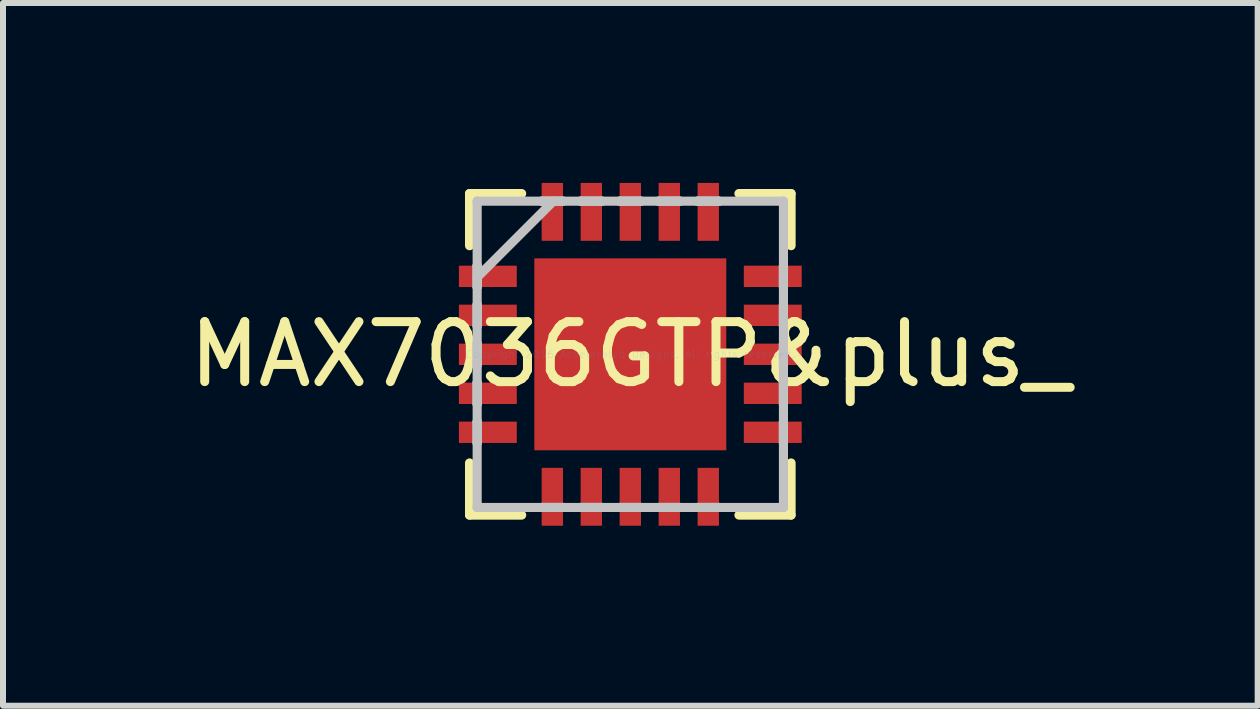
<source format=kicad_pcb>
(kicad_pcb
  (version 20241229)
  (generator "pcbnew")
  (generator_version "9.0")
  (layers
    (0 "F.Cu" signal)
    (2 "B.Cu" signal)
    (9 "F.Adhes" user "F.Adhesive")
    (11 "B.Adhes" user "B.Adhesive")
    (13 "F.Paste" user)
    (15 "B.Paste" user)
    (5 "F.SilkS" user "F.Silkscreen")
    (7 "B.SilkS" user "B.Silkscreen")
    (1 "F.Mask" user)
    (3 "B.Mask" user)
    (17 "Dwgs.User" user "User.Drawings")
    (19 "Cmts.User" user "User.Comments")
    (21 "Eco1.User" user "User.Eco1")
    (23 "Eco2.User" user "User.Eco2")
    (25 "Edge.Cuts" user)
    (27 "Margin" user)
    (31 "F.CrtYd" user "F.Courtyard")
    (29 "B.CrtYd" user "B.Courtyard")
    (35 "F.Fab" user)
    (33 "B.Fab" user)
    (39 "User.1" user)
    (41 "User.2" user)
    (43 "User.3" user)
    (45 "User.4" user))
  (footprint "MAX7036GTP&plus_"
    (layer "F.Cu")
    (at 7.458 2.857)
    (property "Reference" "MAX7036GTP&plus_" (at 0 0 0) (layer "F.SilkS") (effects (font (size 1 1) (thickness 0.15))))
    (attr through_hole)
    (fp_line (start -2.68 -2.68) (end -2.68 -1.811) (stroke (width 0.152) (type solid)) (layer "F.SilkS"))
    (fp_line (start -2.68 1.811) (end -2.68 2.68) (stroke (width 0.152) (type solid)) (layer "F.SilkS"))
    (fp_line (start -2.68 2.68) (end -1.811 2.68) (stroke (width 0.152) (type solid)) (layer "F.SilkS"))
    (fp_line (start -1.811 -2.68) (end -2.68 -2.68) (stroke (width 0.152) (type solid)) (layer "F.SilkS"))
    (fp_line (start 1.811 2.68) (end 2.68 2.68) (stroke (width 0.152) (type solid)) (layer "F.SilkS"))
    (fp_line (start 2.68 -2.68) (end 1.811 -2.68) (stroke (width 0.152) (type solid)) (layer "F.SilkS"))
    (fp_line (start 2.68 -1.811) (end 2.68 -2.68) (stroke (width 0.152) (type solid)) (layer "F.SilkS"))
    (fp_line (start 2.68 2.68) (end 2.68 1.811) (stroke (width 0.152) (type solid)) (layer "F.SilkS"))
    (fp_line (start -2.553 -2.553) (end -2.553 -2.553) (stroke (width 0.152) (type solid)) (layer "Dwgs.User"))
    (fp_line (start -2.553 -2.553) (end -2.553 2.553) (stroke (width 0.152) (type solid)) (layer "Dwgs.User"))
    (fp_line (start -2.553 -1.478) (end -2.553 -1.478) (stroke (width 0.152) (type solid)) (layer "Dwgs.User"))
    (fp_line (start -2.553 -1.478) (end -2.553 -1.122) (stroke (width 0.152) (type solid)) (layer "Dwgs.User"))
    (fp_line (start -2.553 -1.283) (end -1.283 -2.553) (stroke (width 0.152) (type solid)) (layer "Dwgs.User"))
    (fp_line (start -2.553 -1.122) (end -2.553 -1.478) (stroke (width 0.152) (type solid)) (layer "Dwgs.User"))
    (fp_line (start -2.553 -1.122) (end -2.553 -1.122) (stroke (width 0.152) (type solid)) (layer "Dwgs.User"))
    (fp_line (start -2.553 -0.828) (end -2.553 -0.828) (stroke (width 0.152) (type solid)) (layer "Dwgs.User"))
    (fp_line (start -2.553 -0.828) (end -2.553 -0.472) (stroke (width 0.152) (type solid)) (layer "Dwgs.User"))
    (fp_line (start -2.553 -0.472) (end -2.553 -0.828) (stroke (width 0.152) (type solid)) (layer "Dwgs.User"))
    (fp_line (start -2.553 -0.472) (end -2.553 -0.472) (stroke (width 0.152) (type solid)) (layer "Dwgs.User"))
    (fp_line (start -2.553 -0.178) (end -2.553 -0.178) (stroke (width 0.152) (type solid)) (layer "Dwgs.User"))
    (fp_line (start -2.553 -0.178) (end -2.553 0.178) (stroke (width 0.152) (type solid)) (layer "Dwgs.User"))
    (fp_line (start -2.553 0.178) (end -2.553 -0.178) (stroke (width 0.152) (type solid)) (layer "Dwgs.User"))
    (fp_line (start -2.553 0.178) (end -2.553 0.178) (stroke (width 0.152) (type solid)) (layer "Dwgs.User"))
    (fp_line (start -2.553 0.472) (end -2.553 0.472) (stroke (width 0.152) (type solid)) (layer "Dwgs.User"))
    (fp_line (start -2.553 0.472) (end -2.553 0.828) (stroke (width 0.152) (type solid)) (layer "Dwgs.User"))
    (fp_line (start -2.553 0.828) (end -2.553 0.472) (stroke (width 0.152) (type solid)) (layer "Dwgs.User"))
    (fp_line (start -2.553 0.828) (end -2.553 0.828) (stroke (width 0.152) (type solid)) (layer "Dwgs.User"))
    (fp_line (start -2.553 1.122) (end -2.553 1.122) (stroke (width 0.152) (type solid)) (layer "Dwgs.User"))
    (fp_line (start -2.553 1.122) (end -2.553 1.478) (stroke (width 0.152) (type solid)) (layer "Dwgs.User"))
    (fp_line (start -2.553 1.478) (end -2.553 1.122) (stroke (width 0.152) (type solid)) (layer "Dwgs.User"))
    (fp_line (start -2.553 1.478) (end -2.553 1.478) (stroke (width 0.152) (type solid)) (layer "Dwgs.User"))
    (fp_line (start -2.553 2.553) (end -2.553 2.553) (stroke (width 0.152) (type solid)) (layer "Dwgs.User"))
    (fp_line (start -2.553 2.553) (end 2.553 2.553) (stroke (width 0.152) (type solid)) (layer "Dwgs.User"))
    (fp_line (start -1.478 -2.553) (end -1.478 -2.553) (stroke (width 0.152) (type solid)) (layer "Dwgs.User"))
    (fp_line (start -1.478 -2.553) (end -1.122 -2.553) (stroke (width 0.152) (type solid)) (layer "Dwgs.User"))
    (fp_line (start -1.478 2.553) (end -1.478 2.553) (stroke (width 0.152) (type solid)) (layer "Dwgs.User"))
    (fp_line (start -1.478 2.553) (end -1.122 2.553) (stroke (width 0.152) (type solid)) (layer "Dwgs.User"))
    (fp_line (start -1.122 -2.553) (end -1.478 -2.553) (stroke (width 0.152) (type solid)) (layer "Dwgs.User"))
    (fp_line (start -1.122 -2.553) (end -1.122 -2.553) (stroke (width 0.152) (type solid)) (layer "Dwgs.User"))
    (fp_line (start -1.122 2.553) (end -1.478 2.553) (stroke (width 0.152) (type solid)) (layer "Dwgs.User"))
    (fp_line (start -1.122 2.553) (end -1.122 2.553) (stroke (width 0.152) (type solid)) (layer "Dwgs.User"))
    (fp_line (start -0.828 -2.553) (end -0.828 -2.553) (stroke (width 0.152) (type solid)) (layer "Dwgs.User"))
    (fp_line (start -0.828 -2.553) (end -0.472 -2.553) (stroke (width 0.152) (type solid)) (layer "Dwgs.User"))
    (fp_line (start -0.828 2.553) (end -0.828 2.553) (stroke (width 0.152) (type solid)) (layer "Dwgs.User"))
    (fp_line (start -0.828 2.553) (end -0.472 2.553) (stroke (width 0.152) (type solid)) (layer "Dwgs.User"))
    (fp_line (start -0.472 -2.553) (end -0.828 -2.553) (stroke (width 0.152) (type solid)) (layer "Dwgs.User"))
    (fp_line (start -0.472 -2.553) (end -0.472 -2.553) (stroke (width 0.152) (type solid)) (layer "Dwgs.User"))
    (fp_line (start -0.472 2.553) (end -0.828 2.553) (stroke (width 0.152) (type solid)) (layer "Dwgs.User"))
    (fp_line (start -0.472 2.553) (end -0.472 2.553) (stroke (width 0.152) (type solid)) (layer "Dwgs.User"))
    (fp_line (start -0.178 -2.553) (end -0.178 -2.553) (stroke (width 0.152) (type solid)) (layer "Dwgs.User"))
    (fp_line (start -0.178 -2.553) (end 0.178 -2.553) (stroke (width 0.152) (type solid)) (layer "Dwgs.User"))
    (fp_line (start -0.178 2.553) (end -0.178 2.553) (stroke (width 0.152) (type solid)) (layer "Dwgs.User"))
    (fp_line (start -0.178 2.553) (end 0.178 2.553) (stroke (width 0.152) (type solid)) (layer "Dwgs.User"))
    (fp_line (start 0.178 -2.553) (end -0.178 -2.553) (stroke (width 0.152) (type solid)) (layer "Dwgs.User"))
    (fp_line (start 0.178 -2.553) (end 0.178 -2.553) (stroke (width 0.152) (type solid)) (layer "Dwgs.User"))
    (fp_line (start 0.178 2.553) (end -0.178 2.553) (stroke (width 0.152) (type solid)) (layer "Dwgs.User"))
    (fp_line (start 0.178 2.553) (end 0.178 2.553) (stroke (width 0.152) (type solid)) (layer "Dwgs.User"))
    (fp_line (start 0.472 -2.553) (end 0.472 -2.553) (stroke (width 0.152) (type solid)) (layer "Dwgs.User"))
    (fp_line (start 0.472 -2.553) (end 0.828 -2.553) (stroke (width 0.152) (type solid)) (layer "Dwgs.User"))
    (fp_line (start 0.472 2.553) (end 0.472 2.553) (stroke (width 0.152) (type solid)) (layer "Dwgs.User"))
    (fp_line (start 0.472 2.553) (end 0.828 2.553) (stroke (width 0.152) (type solid)) (layer "Dwgs.User"))
    (fp_line (start 0.828 -2.553) (end 0.472 -2.553) (stroke (width 0.152) (type solid)) (layer "Dwgs.User"))
    (fp_line (start 0.828 -2.553) (end 0.828 -2.553) (stroke (width 0.152) (type solid)) (layer "Dwgs.User"))
    (fp_line (start 0.828 2.553) (end 0.472 2.553) (stroke (width 0.152) (type solid)) (layer "Dwgs.User"))
    (fp_line (start 0.828 2.553) (end 0.828 2.553) (stroke (width 0.152) (type solid)) (layer "Dwgs.User"))
    (fp_line (start 1.122 -2.553) (end 1.122 -2.553) (stroke (width 0.152) (type solid)) (layer "Dwgs.User"))
    (fp_line (start 1.122 -2.553) (end 1.478 -2.553) (stroke (width 0.152) (type solid)) (layer "Dwgs.User"))
    (fp_line (start 1.122 2.553) (end 1.122 2.553) (stroke (width 0.152) (type solid)) (layer "Dwgs.User"))
    (fp_line (start 1.122 2.553) (end 1.478 2.553) (stroke (width 0.152) (type solid)) (layer "Dwgs.User"))
    (fp_line (start 1.478 -2.553) (end 1.122 -2.553) (stroke (width 0.152) (type solid)) (layer "Dwgs.User"))
    (fp_line (start 1.478 -2.553) (end 1.478 -2.553) (stroke (width 0.152) (type solid)) (layer "Dwgs.User"))
    (fp_line (start 1.478 2.553) (end 1.122 2.553) (stroke (width 0.152) (type solid)) (layer "Dwgs.User"))
    (fp_line (start 1.478 2.553) (end 1.478 2.553) (stroke (width 0.152) (type solid)) (layer "Dwgs.User"))
    (fp_line (start 2.553 -2.553) (end -2.553 -2.553) (stroke (width 0.152) (type solid)) (layer "Dwgs.User"))
    (fp_line (start 2.553 -2.553) (end 2.553 -2.553) (stroke (width 0.152) (type solid)) (layer "Dwgs.User"))
    (fp_line (start 2.553 -1.478) (end 2.553 -1.478) (stroke (width 0.152) (type solid)) (layer "Dwgs.User"))
    (fp_line (start 2.553 -1.478) (end 2.553 -1.122) (stroke (width 0.152) (type solid)) (layer "Dwgs.User"))
    (fp_line (start 2.553 -1.122) (end 2.553 -1.478) (stroke (width 0.152) (type solid)) (layer "Dwgs.User"))
    (fp_line (start 2.553 -1.122) (end 2.553 -1.122) (stroke (width 0.152) (type solid)) (layer "Dwgs.User"))
    (fp_line (start 2.553 -0.828) (end 2.553 -0.828) (stroke (width 0.152) (type solid)) (layer "Dwgs.User"))
    (fp_line (start 2.553 -0.828) (end 2.553 -0.472) (stroke (width 0.152) (type solid)) (layer "Dwgs.User"))
    (fp_line (start 2.553 -0.472) (end 2.553 -0.828) (stroke (width 0.152) (type solid)) (layer "Dwgs.User"))
    (fp_line (start 2.553 -0.472) (end 2.553 -0.472) (stroke (width 0.152) (type solid)) (layer "Dwgs.User"))
    (fp_line (start 2.553 -0.178) (end 2.553 -0.178) (stroke (width 0.152) (type solid)) (layer "Dwgs.User"))
    (fp_line (start 2.553 -0.178) (end 2.553 0.178) (stroke (width 0.152) (type solid)) (layer "Dwgs.User"))
    (fp_line (start 2.553 0.178) (end 2.553 -0.178) (stroke (width 0.152) (type solid)) (layer "Dwgs.User"))
    (fp_line (start 2.553 0.178) (end 2.553 0.178) (stroke (width 0.152) (type solid)) (layer "Dwgs.User"))
    (fp_line (start 2.553 0.472) (end 2.553 0.472) (stroke (width 0.152) (type solid)) (layer "Dwgs.User"))
    (fp_line (start 2.553 0.472) (end 2.553 0.828) (stroke (width 0.152) (type solid)) (layer "Dwgs.User"))
    (fp_line (start 2.553 0.828) (end 2.553 0.472) (stroke (width 0.152) (type solid)) (layer "Dwgs.User"))
    (fp_line (start 2.553 0.828) (end 2.553 0.828) (stroke (width 0.152) (type solid)) (layer "Dwgs.User"))
    (fp_line (start 2.553 1.122) (end 2.553 1.122) (stroke (width 0.152) (type solid)) (layer "Dwgs.User"))
    (fp_line (start 2.553 1.122) (end 2.553 1.478) (stroke (width 0.152) (type solid)) (layer "Dwgs.User"))
    (fp_line (start 2.553 1.478) (end 2.553 1.122) (stroke (width 0.152) (type solid)) (layer "Dwgs.User"))
    (fp_line (start 2.553 1.478) (end 2.553 1.478) (stroke (width 0.152) (type solid)) (layer "Dwgs.User"))
    (fp_line (start 2.553 2.553) (end 2.553 -2.553) (stroke (width 0.152) (type solid)) (layer "Dwgs.User"))
    (fp_line (start 2.553 2.553) (end 2.553 2.553) (stroke (width 0.152) (type solid)) (layer "Dwgs.User"))
    (fp_text user "Copyright 2016 Accelerated Designs. All rights reserved." (at 0 0 0) (layer "Cmts.User") (effects (font (size 0.127 0.127) (thickness 0.002))))
    (pad "1" smd rect (at -2.375 -1.3 90) (size 0.356 0.965) (layers "F.Cu" "F.Mask" "F.Paste"))
    (pad "2" smd rect (at -2.375 -0.65 90) (size 0.356 0.965) (layers "F.Cu" "F.Mask" "F.Paste"))
    (pad "3" smd rect (at -2.375 0 90) (size 0.356 0.965) (layers "F.Cu" "F.Mask" "F.Paste"))
    (pad "4" smd rect (at -2.375 0.65 90) (size 0.356 0.965) (layers "F.Cu" "F.Mask" "F.Paste"))
    (pad "5" smd rect (at -2.375 1.3 90) (size 0.356 0.965) (layers "F.Cu" "F.Mask" "F.Paste"))
    (pad "6" smd rect (at -1.3 2.375) (size 0.356 0.965) (layers "F.Cu" "F.Mask" "F.Paste"))
    (pad "7" smd rect (at -0.65 2.375) (size 0.356 0.965) (layers "F.Cu" "F.Mask" "F.Paste"))
    (pad "8" smd rect (at 0 2.375) (size 0.356 0.965) (layers "F.Cu" "F.Mask" "F.Paste"))
    (pad "9" smd rect (at 0.65 2.375) (size 0.356 0.965) (layers "F.Cu" "F.Mask" "F.Paste"))
    (pad "10" smd rect (at 1.3 2.375) (size 0.356 0.965) (layers "F.Cu" "F.Mask" "F.Paste"))
    (pad "11" smd rect (at 2.375 1.3 90) (size 0.356 0.965) (layers "F.Cu" "F.Mask" "F.Paste"))
    (pad "12" smd rect (at 2.375 0.65 90) (size 0.356 0.965) (layers "F.Cu" "F.Mask" "F.Paste"))
    (pad "13" smd rect (at 2.375 0 90) (size 0.356 0.965) (layers "F.Cu" "F.Mask" "F.Paste"))
    (pad "14" smd rect (at 2.375 -0.65 90) (size 0.356 0.965) (layers "F.Cu" "F.Mask" "F.Paste"))
    (pad "15" smd rect (at 2.375 -1.3 90) (size 0.356 0.965) (layers "F.Cu" "F.Mask" "F.Paste"))
    (pad "16" smd rect (at 1.3 -2.375) (size 0.356 0.965) (layers "F.Cu" "F.Mask" "F.Paste"))
    (pad "17" smd rect (at 0.65 -2.375) (size 0.356 0.965) (layers "F.Cu" "F.Mask" "F.Paste"))
    (pad "18" smd rect (at 0 -2.375) (size 0.356 0.965) (layers "F.Cu" "F.Mask" "F.Paste"))
    (pad "19" smd rect (at -0.65 -2.375) (size 0.356 0.965) (layers "F.Cu" "F.Mask" "F.Paste"))
    (pad "20" smd rect (at -1.3 -2.375) (size 0.356 0.965) (layers "F.Cu" "F.Mask" "F.Paste"))
    (pad "21" smd rect (at 0 0) (size 3.2 3.2) (layers "F.Cu" "F.Mask" "F.Paste")))
  (gr_rect
    (start -3 -3)
    (end 17.917 8.715)
    (stroke (width 0.1) (type default))
    (fill no)
    (layer "Edge.Cuts")))
</source>
